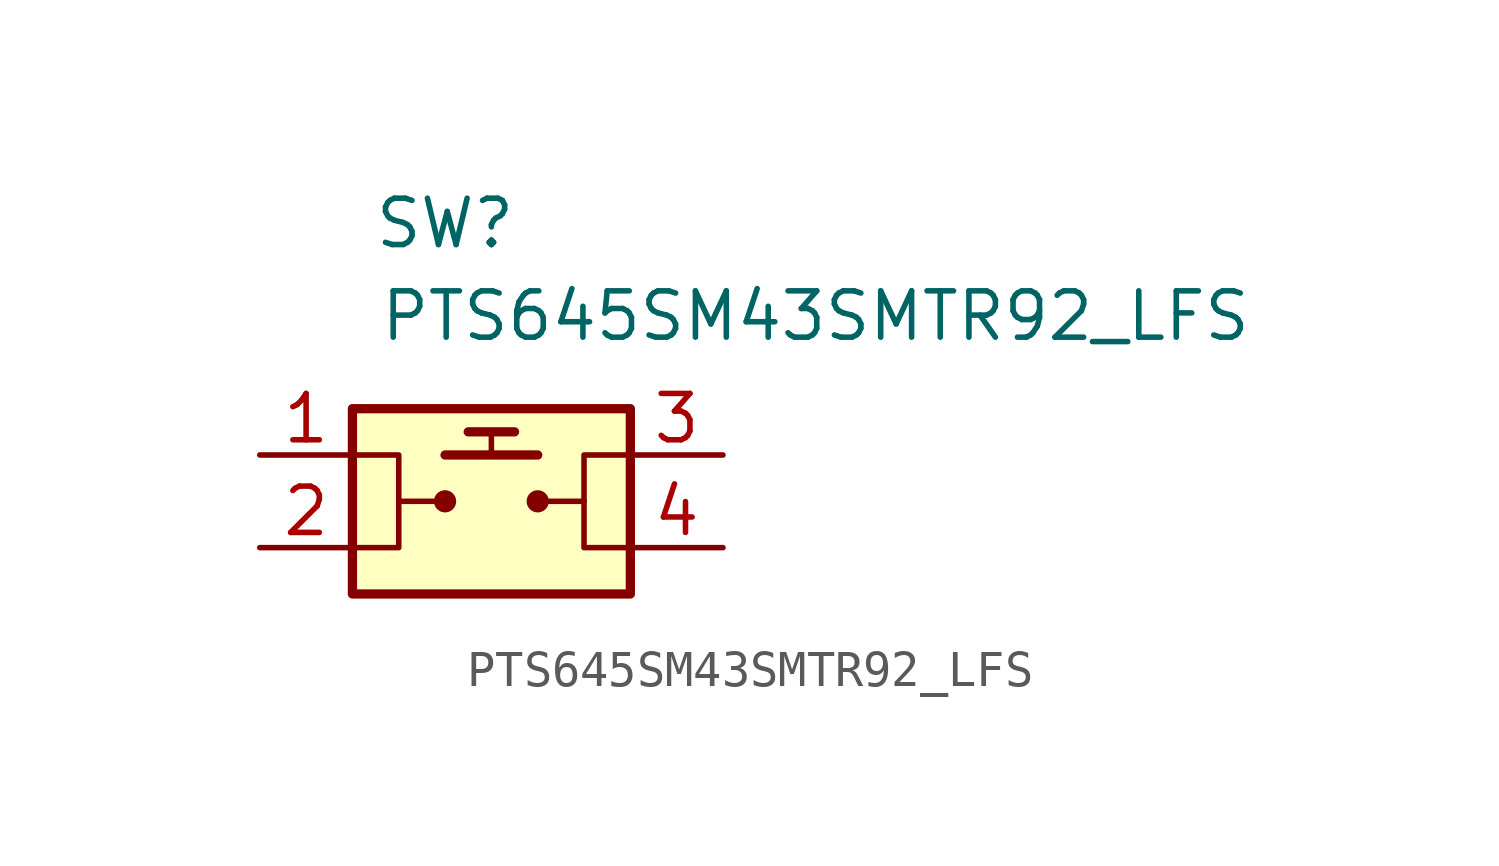
<source format=kicad_sym>
(kicad_symbol_lib
  (version 20211014)
  (generator kicad_symbol_editor)
  (symbol "PTS645SM43SMTR92_LFS"
    (pin_names
      (offset 1.016))
    (property "Reference" "SW"
      (at 2.54 3.81 0)
      (effects (font (size 1.27 1.27))))
    (property "Value" "PTS645SM43SMTR92_LFS"
      (at 12.7 1.27 0)
      (effects (font (size 1.27 1.27))))
    (symbol "PTS645SM43SMTR92_LFS_0_1"
      (rectangle (start 0 -1.27) (end 7.62 -6.35) (stroke (width 0.254) (type default) (color 0 0 0 0)) (fill (type background)))
      (polyline (pts (xy 1.27 -3.81) (xy 2.54 -3.81)) (stroke (width 0) (type default) (color 0 0 0 0)) (fill (type none)))
      (polyline (pts (xy 2.54 -2.54) (xy 5.08 -2.54)) (stroke (width 0.254) (type default) (color 0 0 0 0)) (fill (type none)))
      (polyline (pts (xy 3.175 -1.905) (xy 4.445 -1.905)) (stroke (width 0.254) (type default) (color 0 0 0 0)) (fill (type none)))
      (polyline (pts (xy 3.81 -2.54) (xy 3.81 -1.905)) (stroke (width 0) (type default) (color 0 0 0 0)) (fill (type none)))
      (polyline (pts (xy 6.35 -3.81) (xy 5.08 -3.81)) (stroke (width 0) (type default) (color 0 0 0 0)) (fill (type none)))
      (polyline (pts (xy 0 -2.54) (xy 1.27 -2.54) (xy 1.27 -5.08) (xy 0 -5.08)) (stroke (width 0) (type default) (color 0 0 0 0)) (fill (type none)))
      (polyline (pts (xy 7.62 -2.54) (xy 6.35 -2.54) (xy 6.35 -5.08) (xy 7.62 -5.08)) (stroke (width 0) (type default) (color 0 0 0 0)) (fill (type none)))
      (circle (center 2.54 -3.81) (radius 0.178) (stroke (width 0.254) (type default) (color 0 0 0 0)) (fill (type none)))
      (circle (center 5.08 -3.81) (radius 0.178) (stroke (width 0.254) (type default) (color 0 0 0 0)) (fill (type none))))
    (symbol "PTS645SM43SMTR92_LFS_1_1"
      (pin passive line (at -2.54 -2.54 0) (length 2.54) (name "1" (effects (font (size 0 0)))) (number "1" (effects (font (size 1.27 1.27)))))
      (pin passive line (at -2.54 -5.08 0) (length 2.54) (name "2" (effects (font (size 0 0)))) (number "2" (effects (font (size 1.27 1.27)))))
      (pin passive line (at 10.16 -2.54 180) (length 2.54) (name "3" (effects (font (size 0 0)))) (number "3" (effects (font (size 1.27 1.27)))))
      (pin passive line (at 10.16 -5.08 180) (length 2.54) (name "4" (effects (font (size 0 0)))) (number "4" (effects (font (size 1.27 1.27))))))))
</source>
